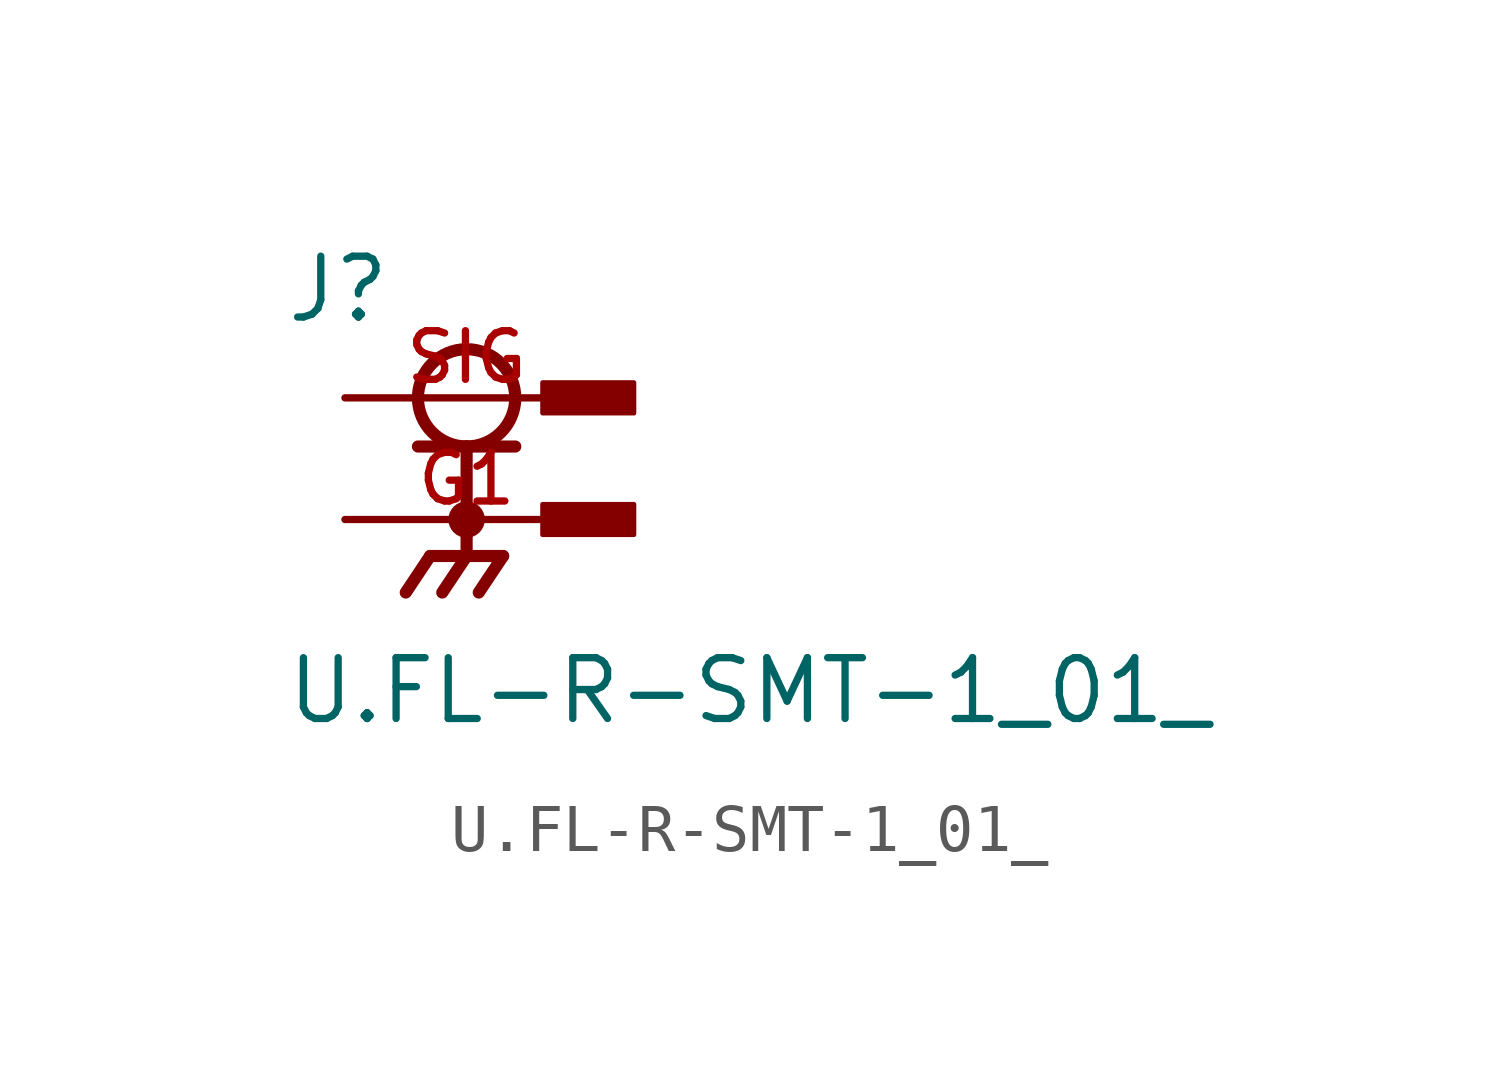
<source format=kicad_sym>
(kicad_symbol_lib
  (version 20211014)
  (generator kicad_symbol_editor)
  (symbol "U.FL-R-SMT-1_01_"
    (pin_names
      (offset 1.016))
    (property "Reference" "J"
      (at -3.81 1.524 0)
      (effects (font (size 1.27 1.27)) (justify bottom left)))
    (property "Value" "U.FL-R-SMT-1_01_"
      (at -3.81 -6.858 0)
      (effects (font (size 1.27 1.27)) (justify bottom left)))
    (symbol "U.FL-R-SMT-1_01__0_0"
      (circle (center 0.0 0.0) (radius 1.016) (stroke (width 0.254)) (fill (type none)))
      (polyline (pts (xy -1.016 -1.016) (xy 0.0 -1.016)) (stroke (width 0.254)))
      (polyline (pts (xy 0.0 -1.016) (xy 1.016 -1.016)) (stroke (width 0.254)))
      (polyline (pts (xy 0.0 -1.016) (xy 0.0 -3.302)) (stroke (width 0.254)))
      (circle (center 0.0 -2.54) (radius 0.254) (stroke (width 0.254)) (fill (type none)))
      (polyline (pts (xy 0.0 -3.302) (xy -0.762 -3.302)) (stroke (width 0.254)))
      (polyline (pts (xy 0.0 -3.302) (xy 0.762 -3.302)) (stroke (width 0.254)))
      (polyline (pts (xy -0.762 -3.302) (xy -1.27 -4.064)) (stroke (width 0.254)))
      (polyline (pts (xy 0.0 -3.302) (xy -0.508 -4.064)) (stroke (width 0.254)))
      (polyline (pts (xy 0.762 -3.302) (xy 0.254 -4.064)) (stroke (width 0.254)))
      (rectangle (start 1.587 -0.318) (end 3.493 0.318) (stroke (width 0.1)) (fill (type outline)))
      (rectangle (start 1.587 -2.857) (end 3.493 -2.223) (stroke (width 0.1)) (fill (type outline)))
      (pin passive line (at -2.54 0.0 0) (length 5.08) (name "~" (effects (font (size 1.016 1.016)))) (number "SIG" (effects (font (size 1.016 1.016)))))
      (pin passive line (at -2.54 -2.54 0) (length 5.08) (name "~" (effects (font (size 1.016 1.016)))) (number "G1" (effects (font (size 1.016 1.016)))))
      (pin passive line (at -2.54 -2.54 0) (length 5.08) hide (name "~" (effects (font (size 1.016 1.016)))) (number "G2" (effects (font (size 1.016 1.016))))))))
</source>
